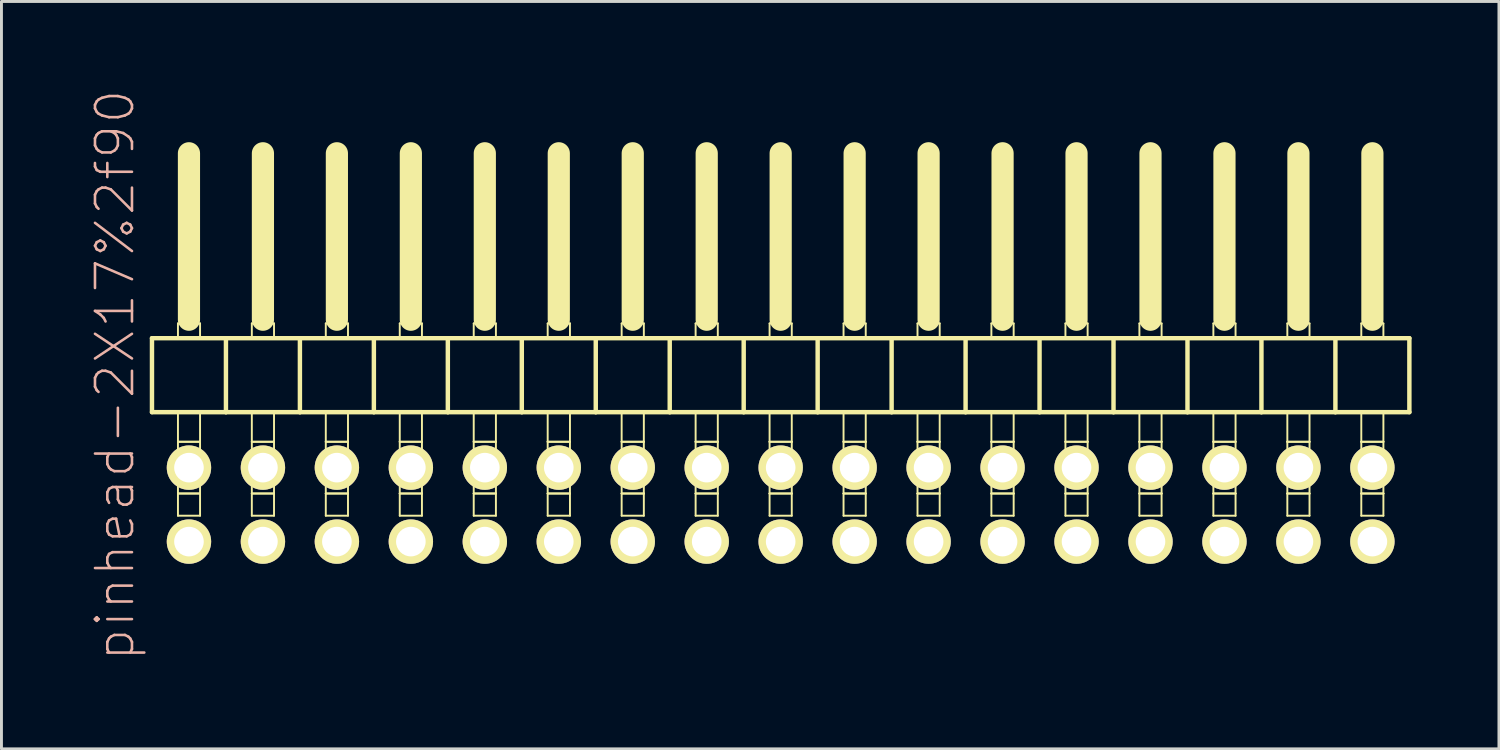
<source format=kicad_pcb>
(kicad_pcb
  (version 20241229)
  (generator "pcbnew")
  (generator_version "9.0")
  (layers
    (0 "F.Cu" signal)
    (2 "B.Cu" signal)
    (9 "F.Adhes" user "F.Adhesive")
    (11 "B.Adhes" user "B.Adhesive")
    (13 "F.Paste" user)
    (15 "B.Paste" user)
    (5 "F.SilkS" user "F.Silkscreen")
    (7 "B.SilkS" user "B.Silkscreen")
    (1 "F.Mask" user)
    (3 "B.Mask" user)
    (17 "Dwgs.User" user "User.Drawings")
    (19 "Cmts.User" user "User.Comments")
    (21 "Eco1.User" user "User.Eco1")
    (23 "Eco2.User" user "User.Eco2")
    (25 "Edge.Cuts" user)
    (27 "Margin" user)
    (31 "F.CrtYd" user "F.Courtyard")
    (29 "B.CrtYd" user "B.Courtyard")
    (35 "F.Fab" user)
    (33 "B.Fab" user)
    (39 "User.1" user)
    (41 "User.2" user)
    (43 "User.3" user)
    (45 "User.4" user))
  (footprint "pinhead-2X17%2f90"
    (layer "F.Cu")
    (at 23.759 9.199)
    (property "Reference" "pinhead-2X17%2f90" (at -22.86 0.635 90) (layer "B.SilkS") (effects (font (size 1.27 1.27) (thickness 0.089))))
    (attr exclude_from_pos_files exclude_from_bom)
    (fp_line (start -21.59 -0.635) (end -21.59 1.905) (stroke (width 0.152) (type solid)) (layer "F.SilkS"))
    (fp_line (start -21.59 1.905) (end -19.05 1.905) (stroke (width 0.152) (type solid)) (layer "F.SilkS"))
    (fp_line (start -20.698 -1.143) (end -19.939 -1.143) (stroke (width 0.066) (type solid)) (layer "F.SilkS"))
    (fp_line (start -20.698 -0.635) (end -20.698 -1.143) (stroke (width 0.066) (type solid)) (layer "F.SilkS"))
    (fp_line (start -20.698 -0.635) (end -19.939 -0.635) (stroke (width 0.066) (type solid)) (layer "F.SilkS"))
    (fp_line (start -20.698 1.905) (end -19.939 1.905) (stroke (width 0.066) (type solid)) (layer "F.SilkS"))
    (fp_line (start -20.698 2.921) (end -20.698 1.905) (stroke (width 0.066) (type solid)) (layer "F.SilkS"))
    (fp_line (start -20.698 2.921) (end -19.939 2.921) (stroke (width 0.066) (type solid)) (layer "F.SilkS"))
    (fp_line (start -20.698 2.921) (end -19.939 2.921) (stroke (width 0.066) (type solid)) (layer "F.SilkS"))
    (fp_line (start -20.698 4.699) (end -20.698 2.921) (stroke (width 0.066) (type solid)) (layer "F.SilkS"))
    (fp_line (start -20.698 4.699) (end -19.939 4.699) (stroke (width 0.066) (type solid)) (layer "F.SilkS"))
    (fp_line (start -20.698 4.699) (end -19.939 4.699) (stroke (width 0.066) (type solid)) (layer "F.SilkS"))
    (fp_line (start -20.698 5.461) (end -20.698 4.699) (stroke (width 0.066) (type solid)) (layer "F.SilkS"))
    (fp_line (start -20.698 5.461) (end -19.939 5.461) (stroke (width 0.066) (type solid)) (layer "F.SilkS"))
    (fp_line (start -20.32 -6.985) (end -20.32 -1.27) (stroke (width 0.762) (type solid)) (layer "F.SilkS"))
    (fp_line (start -19.939 -0.635) (end -19.939 -1.143) (stroke (width 0.066) (type solid)) (layer "F.SilkS"))
    (fp_line (start -19.939 2.921) (end -19.939 1.905) (stroke (width 0.066) (type solid)) (layer "F.SilkS"))
    (fp_line (start -19.939 4.699) (end -19.939 2.921) (stroke (width 0.066) (type solid)) (layer "F.SilkS"))
    (fp_line (start -19.939 5.461) (end -19.939 4.699) (stroke (width 0.066) (type solid)) (layer "F.SilkS"))
    (fp_line (start -19.05 -0.635) (end -21.59 -0.635) (stroke (width 0.152) (type solid)) (layer "F.SilkS"))
    (fp_line (start -19.05 1.905) (end -19.05 -0.635) (stroke (width 0.152) (type solid)) (layer "F.SilkS"))
    (fp_line (start -19.05 1.905) (end -16.51 1.905) (stroke (width 0.152) (type solid)) (layer "F.SilkS"))
    (fp_line (start -18.161 -1.143) (end -17.399 -1.143) (stroke (width 0.066) (type solid)) (layer "F.SilkS"))
    (fp_line (start -18.161 -0.635) (end -18.161 -1.143) (stroke (width 0.066) (type solid)) (layer "F.SilkS"))
    (fp_line (start -18.161 -0.635) (end -17.399 -0.635) (stroke (width 0.066) (type solid)) (layer "F.SilkS"))
    (fp_line (start -18.161 1.905) (end -17.399 1.905) (stroke (width 0.066) (type solid)) (layer "F.SilkS"))
    (fp_line (start -18.161 2.921) (end -18.161 1.905) (stroke (width 0.066) (type solid)) (layer "F.SilkS"))
    (fp_line (start -18.161 2.921) (end -17.399 2.921) (stroke (width 0.066) (type solid)) (layer "F.SilkS"))
    (fp_line (start -18.161 2.921) (end -17.399 2.921) (stroke (width 0.066) (type solid)) (layer "F.SilkS"))
    (fp_line (start -18.161 4.699) (end -18.161 2.921) (stroke (width 0.066) (type solid)) (layer "F.SilkS"))
    (fp_line (start -18.161 4.699) (end -17.399 4.699) (stroke (width 0.066) (type solid)) (layer "F.SilkS"))
    (fp_line (start -18.161 4.699) (end -17.399 4.699) (stroke (width 0.066) (type solid)) (layer "F.SilkS"))
    (fp_line (start -18.161 5.461) (end -18.161 4.699) (stroke (width 0.066) (type solid)) (layer "F.SilkS"))
    (fp_line (start -18.161 5.461) (end -17.399 5.461) (stroke (width 0.066) (type solid)) (layer "F.SilkS"))
    (fp_line (start -17.78 -6.985) (end -17.78 -1.27) (stroke (width 0.762) (type solid)) (layer "F.SilkS"))
    (fp_line (start -17.399 -0.635) (end -17.399 -1.143) (stroke (width 0.066) (type solid)) (layer "F.SilkS"))
    (fp_line (start -17.399 2.921) (end -17.399 1.905) (stroke (width 0.066) (type solid)) (layer "F.SilkS"))
    (fp_line (start -17.399 4.699) (end -17.399 2.921) (stroke (width 0.066) (type solid)) (layer "F.SilkS"))
    (fp_line (start -17.399 5.461) (end -17.399 4.699) (stroke (width 0.066) (type solid)) (layer "F.SilkS"))
    (fp_line (start -16.51 -0.635) (end -19.05 -0.635) (stroke (width 0.152) (type solid)) (layer "F.SilkS"))
    (fp_line (start -16.51 1.905) (end -16.51 -0.635) (stroke (width 0.152) (type solid)) (layer "F.SilkS"))
    (fp_line (start -16.51 1.905) (end -13.97 1.905) (stroke (width 0.152) (type solid)) (layer "F.SilkS"))
    (fp_line (start -15.621 -1.143) (end -14.859 -1.143) (stroke (width 0.066) (type solid)) (layer "F.SilkS"))
    (fp_line (start -15.621 -0.635) (end -15.621 -1.143) (stroke (width 0.066) (type solid)) (layer "F.SilkS"))
    (fp_line (start -15.621 -0.635) (end -14.859 -0.635) (stroke (width 0.066) (type solid)) (layer "F.SilkS"))
    (fp_line (start -15.621 1.905) (end -14.859 1.905) (stroke (width 0.066) (type solid)) (layer "F.SilkS"))
    (fp_line (start -15.621 2.921) (end -15.621 1.905) (stroke (width 0.066) (type solid)) (layer "F.SilkS"))
    (fp_line (start -15.621 2.921) (end -14.859 2.921) (stroke (width 0.066) (type solid)) (layer "F.SilkS"))
    (fp_line (start -15.621 2.921) (end -14.859 2.921) (stroke (width 0.066) (type solid)) (layer "F.SilkS"))
    (fp_line (start -15.621 4.699) (end -15.621 2.921) (stroke (width 0.066) (type solid)) (layer "F.SilkS"))
    (fp_line (start -15.621 4.699) (end -14.859 4.699) (stroke (width 0.066) (type solid)) (layer "F.SilkS"))
    (fp_line (start -15.621 4.699) (end -14.859 4.699) (stroke (width 0.066) (type solid)) (layer "F.SilkS"))
    (fp_line (start -15.621 5.461) (end -15.621 4.699) (stroke (width 0.066) (type solid)) (layer "F.SilkS"))
    (fp_line (start -15.621 5.461) (end -14.859 5.461) (stroke (width 0.066) (type solid)) (layer "F.SilkS"))
    (fp_line (start -15.24 -6.985) (end -15.24 -1.27) (stroke (width 0.762) (type solid)) (layer "F.SilkS"))
    (fp_line (start -14.859 -0.635) (end -14.859 -1.143) (stroke (width 0.066) (type solid)) (layer "F.SilkS"))
    (fp_line (start -14.859 2.921) (end -14.859 1.905) (stroke (width 0.066) (type solid)) (layer "F.SilkS"))
    (fp_line (start -14.859 4.699) (end -14.859 2.921) (stroke (width 0.066) (type solid)) (layer "F.SilkS"))
    (fp_line (start -14.859 5.461) (end -14.859 4.699) (stroke (width 0.066) (type solid)) (layer "F.SilkS"))
    (fp_line (start -13.97 -0.635) (end -16.51 -0.635) (stroke (width 0.152) (type solid)) (layer "F.SilkS"))
    (fp_line (start -13.97 1.905) (end -13.97 -0.635) (stroke (width 0.152) (type solid)) (layer "F.SilkS"))
    (fp_line (start -13.97 1.905) (end -11.43 1.905) (stroke (width 0.152) (type solid)) (layer "F.SilkS"))
    (fp_line (start -13.081 -1.143) (end -12.319 -1.143) (stroke (width 0.066) (type solid)) (layer "F.SilkS"))
    (fp_line (start -13.081 -0.635) (end -13.081 -1.143) (stroke (width 0.066) (type solid)) (layer "F.SilkS"))
    (fp_line (start -13.081 -0.635) (end -12.319 -0.635) (stroke (width 0.066) (type solid)) (layer "F.SilkS"))
    (fp_line (start -13.081 1.905) (end -12.319 1.905) (stroke (width 0.066) (type solid)) (layer "F.SilkS"))
    (fp_line (start -13.081 2.921) (end -13.081 1.905) (stroke (width 0.066) (type solid)) (layer "F.SilkS"))
    (fp_line (start -13.081 2.921) (end -12.319 2.921) (stroke (width 0.066) (type solid)) (layer "F.SilkS"))
    (fp_line (start -13.081 2.921) (end -12.319 2.921) (stroke (width 0.066) (type solid)) (layer "F.SilkS"))
    (fp_line (start -13.081 4.699) (end -13.081 2.921) (stroke (width 0.066) (type solid)) (layer "F.SilkS"))
    (fp_line (start -13.081 4.699) (end -12.319 4.699) (stroke (width 0.066) (type solid)) (layer "F.SilkS"))
    (fp_line (start -13.081 4.699) (end -12.319 4.699) (stroke (width 0.066) (type solid)) (layer "F.SilkS"))
    (fp_line (start -13.081 5.461) (end -13.081 4.699) (stroke (width 0.066) (type solid)) (layer "F.SilkS"))
    (fp_line (start -13.081 5.461) (end -12.319 5.461) (stroke (width 0.066) (type solid)) (layer "F.SilkS"))
    (fp_line (start -12.7 -6.985) (end -12.7 -1.27) (stroke (width 0.762) (type solid)) (layer "F.SilkS"))
    (fp_line (start -12.319 -0.635) (end -12.319 -1.143) (stroke (width 0.066) (type solid)) (layer "F.SilkS"))
    (fp_line (start -12.319 2.921) (end -12.319 1.905) (stroke (width 0.066) (type solid)) (layer "F.SilkS"))
    (fp_line (start -12.319 4.699) (end -12.319 2.921) (stroke (width 0.066) (type solid)) (layer "F.SilkS"))
    (fp_line (start -12.319 5.461) (end -12.319 4.699) (stroke (width 0.066) (type solid)) (layer "F.SilkS"))
    (fp_line (start -11.43 -0.635) (end -13.97 -0.635) (stroke (width 0.152) (type solid)) (layer "F.SilkS"))
    (fp_line (start -11.43 1.905) (end -11.43 -0.635) (stroke (width 0.152) (type solid)) (layer "F.SilkS"))
    (fp_line (start -11.43 1.905) (end -8.89 1.905) (stroke (width 0.152) (type solid)) (layer "F.SilkS"))
    (fp_line (start -10.541 -1.143) (end -9.779 -1.143) (stroke (width 0.066) (type solid)) (layer "F.SilkS"))
    (fp_line (start -10.541 -0.635) (end -10.541 -1.143) (stroke (width 0.066) (type solid)) (layer "F.SilkS"))
    (fp_line (start -10.541 -0.635) (end -9.779 -0.635) (stroke (width 0.066) (type solid)) (layer "F.SilkS"))
    (fp_line (start -10.541 1.905) (end -9.779 1.905) (stroke (width 0.066) (type solid)) (layer "F.SilkS"))
    (fp_line (start -10.541 2.921) (end -10.541 1.905) (stroke (width 0.066) (type solid)) (layer "F.SilkS"))
    (fp_line (start -10.541 2.921) (end -9.779 2.921) (stroke (width 0.066) (type solid)) (layer "F.SilkS"))
    (fp_line (start -10.541 2.921) (end -9.779 2.921) (stroke (width 0.066) (type solid)) (layer "F.SilkS"))
    (fp_line (start -10.541 4.699) (end -10.541 2.921) (stroke (width 0.066) (type solid)) (layer "F.SilkS"))
    (fp_line (start -10.541 4.699) (end -9.779 4.699) (stroke (width 0.066) (type solid)) (layer "F.SilkS"))
    (fp_line (start -10.541 4.699) (end -9.779 4.699) (stroke (width 0.066) (type solid)) (layer "F.SilkS"))
    (fp_line (start -10.541 5.461) (end -10.541 4.699) (stroke (width 0.066) (type solid)) (layer "F.SilkS"))
    (fp_line (start -10.541 5.461) (end -9.779 5.461) (stroke (width 0.066) (type solid)) (layer "F.SilkS"))
    (fp_line (start -10.16 -6.985) (end -10.16 -1.27) (stroke (width 0.762) (type solid)) (layer "F.SilkS"))
    (fp_line (start -9.779 -0.635) (end -9.779 -1.143) (stroke (width 0.066) (type solid)) (layer "F.SilkS"))
    (fp_line (start -9.779 2.921) (end -9.779 1.905) (stroke (width 0.066) (type solid)) (layer "F.SilkS"))
    (fp_line (start -9.779 4.699) (end -9.779 2.921) (stroke (width 0.066) (type solid)) (layer "F.SilkS"))
    (fp_line (start -9.779 5.461) (end -9.779 4.699) (stroke (width 0.066) (type solid)) (layer "F.SilkS"))
    (fp_line (start -8.89 -0.635) (end -11.43 -0.635) (stroke (width 0.152) (type solid)) (layer "F.SilkS"))
    (fp_line (start -8.89 1.905) (end -8.89 -0.635) (stroke (width 0.152) (type solid)) (layer "F.SilkS"))
    (fp_line (start -8.89 1.905) (end -6.35 1.905) (stroke (width 0.152) (type solid)) (layer "F.SilkS"))
    (fp_line (start -8.001 -1.143) (end -7.236 -1.143) (stroke (width 0.066) (type solid)) (layer "F.SilkS"))
    (fp_line (start -8.001 -0.635) (end -8.001 -1.143) (stroke (width 0.066) (type solid)) (layer "F.SilkS"))
    (fp_line (start -8.001 -0.635) (end -7.236 -0.635) (stroke (width 0.066) (type solid)) (layer "F.SilkS"))
    (fp_line (start -8.001 1.905) (end -7.236 1.905) (stroke (width 0.066) (type solid)) (layer "F.SilkS"))
    (fp_line (start -8.001 2.921) (end -8.001 1.905) (stroke (width 0.066) (type solid)) (layer "F.SilkS"))
    (fp_line (start -8.001 2.921) (end -7.236 2.921) (stroke (width 0.066) (type solid)) (layer "F.SilkS"))
    (fp_line (start -8.001 2.921) (end -7.236 2.921) (stroke (width 0.066) (type solid)) (layer "F.SilkS"))
    (fp_line (start -8.001 4.699) (end -8.001 2.921) (stroke (width 0.066) (type solid)) (layer "F.SilkS"))
    (fp_line (start -8.001 4.699) (end -7.236 4.699) (stroke (width 0.066) (type solid)) (layer "F.SilkS"))
    (fp_line (start -8.001 4.699) (end -7.236 4.699) (stroke (width 0.066) (type solid)) (layer "F.SilkS"))
    (fp_line (start -8.001 5.461) (end -8.001 4.699) (stroke (width 0.066) (type solid)) (layer "F.SilkS"))
    (fp_line (start -8.001 5.461) (end -7.236 5.461) (stroke (width 0.066) (type solid)) (layer "F.SilkS"))
    (fp_line (start -7.62 -6.985) (end -7.62 -1.27) (stroke (width 0.762) (type solid)) (layer "F.SilkS"))
    (fp_line (start -7.236 -0.635) (end -7.236 -1.143) (stroke (width 0.066) (type solid)) (layer "F.SilkS"))
    (fp_line (start -7.236 2.921) (end -7.236 1.905) (stroke (width 0.066) (type solid)) (layer "F.SilkS"))
    (fp_line (start -7.236 4.699) (end -7.236 2.921) (stroke (width 0.066) (type solid)) (layer "F.SilkS"))
    (fp_line (start -7.236 5.461) (end -7.236 4.699) (stroke (width 0.066) (type solid)) (layer "F.SilkS"))
    (fp_line (start -6.35 -0.635) (end -8.89 -0.635) (stroke (width 0.152) (type solid)) (layer "F.SilkS"))
    (fp_line (start -6.35 1.905) (end -6.35 -0.635) (stroke (width 0.152) (type solid)) (layer "F.SilkS"))
    (fp_line (start -6.35 1.905) (end -3.81 1.905) (stroke (width 0.152) (type solid)) (layer "F.SilkS"))
    (fp_line (start -5.461 -1.143) (end -4.699 -1.143) (stroke (width 0.066) (type solid)) (layer "F.SilkS"))
    (fp_line (start -5.461 -0.635) (end -5.461 -1.143) (stroke (width 0.066) (type solid)) (layer "F.SilkS"))
    (fp_line (start -5.461 -0.635) (end -4.699 -0.635) (stroke (width 0.066) (type solid)) (layer "F.SilkS"))
    (fp_line (start -5.461 1.905) (end -4.699 1.905) (stroke (width 0.066) (type solid)) (layer "F.SilkS"))
    (fp_line (start -5.461 2.921) (end -5.461 1.905) (stroke (width 0.066) (type solid)) (layer "F.SilkS"))
    (fp_line (start -5.461 2.921) (end -4.699 2.921) (stroke (width 0.066) (type solid)) (layer "F.SilkS"))
    (fp_line (start -5.461 2.921) (end -4.699 2.921) (stroke (width 0.066) (type solid)) (layer "F.SilkS"))
    (fp_line (start -5.461 4.699) (end -5.461 2.921) (stroke (width 0.066) (type solid)) (layer "F.SilkS"))
    (fp_line (start -5.461 4.699) (end -4.699 4.699) (stroke (width 0.066) (type solid)) (layer "F.SilkS"))
    (fp_line (start -5.461 4.699) (end -4.699 4.699) (stroke (width 0.066) (type solid)) (layer "F.SilkS"))
    (fp_line (start -5.461 5.461) (end -5.461 4.699) (stroke (width 0.066) (type solid)) (layer "F.SilkS"))
    (fp_line (start -5.461 5.461) (end -4.699 5.461) (stroke (width 0.066) (type solid)) (layer "F.SilkS"))
    (fp_line (start -5.08 -6.985) (end -5.08 -1.27) (stroke (width 0.762) (type solid)) (layer "F.SilkS"))
    (fp_line (start -4.699 -0.635) (end -4.699 -1.143) (stroke (width 0.066) (type solid)) (layer "F.SilkS"))
    (fp_line (start -4.699 2.921) (end -4.699 1.905) (stroke (width 0.066) (type solid)) (layer "F.SilkS"))
    (fp_line (start -4.699 4.699) (end -4.699 2.921) (stroke (width 0.066) (type solid)) (layer "F.SilkS"))
    (fp_line (start -4.699 5.461) (end -4.699 4.699) (stroke (width 0.066) (type solid)) (layer "F.SilkS"))
    (fp_line (start -3.81 -0.635) (end -6.35 -0.635) (stroke (width 0.152) (type solid)) (layer "F.SilkS"))
    (fp_line (start -3.81 1.905) (end -3.81 -0.635) (stroke (width 0.152) (type solid)) (layer "F.SilkS"))
    (fp_line (start -3.81 1.905) (end -1.27 1.905) (stroke (width 0.152) (type solid)) (layer "F.SilkS"))
    (fp_line (start -2.921 -1.143) (end -2.159 -1.143) (stroke (width 0.066) (type solid)) (layer "F.SilkS"))
    (fp_line (start -2.921 -0.635) (end -2.921 -1.143) (stroke (width 0.066) (type solid)) (layer "F.SilkS"))
    (fp_line (start -2.921 -0.635) (end -2.159 -0.635) (stroke (width 0.066) (type solid)) (layer "F.SilkS"))
    (fp_line (start -2.921 1.905) (end -2.159 1.905) (stroke (width 0.066) (type solid)) (layer "F.SilkS"))
    (fp_line (start -2.921 2.921) (end -2.921 1.905) (stroke (width 0.066) (type solid)) (layer "F.SilkS"))
    (fp_line (start -2.921 2.921) (end -2.159 2.921) (stroke (width 0.066) (type solid)) (layer "F.SilkS"))
    (fp_line (start -2.921 2.921) (end -2.159 2.921) (stroke (width 0.066) (type solid)) (layer "F.SilkS"))
    (fp_line (start -2.921 4.699) (end -2.921 2.921) (stroke (width 0.066) (type solid)) (layer "F.SilkS"))
    (fp_line (start -2.921 4.699) (end -2.159 4.699) (stroke (width 0.066) (type solid)) (layer "F.SilkS"))
    (fp_line (start -2.921 4.699) (end -2.159 4.699) (stroke (width 0.066) (type solid)) (layer "F.SilkS"))
    (fp_line (start -2.921 5.461) (end -2.921 4.699) (stroke (width 0.066) (type solid)) (layer "F.SilkS"))
    (fp_line (start -2.921 5.461) (end -2.159 5.461) (stroke (width 0.066) (type solid)) (layer "F.SilkS"))
    (fp_line (start -2.54 -6.985) (end -2.54 -1.27) (stroke (width 0.762) (type solid)) (layer "F.SilkS"))
    (fp_line (start -2.159 -0.635) (end -2.159 -1.143) (stroke (width 0.066) (type solid)) (layer "F.SilkS"))
    (fp_line (start -2.159 2.921) (end -2.159 1.905) (stroke (width 0.066) (type solid)) (layer "F.SilkS"))
    (fp_line (start -2.159 4.699) (end -2.159 2.921) (stroke (width 0.066) (type solid)) (layer "F.SilkS"))
    (fp_line (start -2.159 5.461) (end -2.159 4.699) (stroke (width 0.066) (type solid)) (layer "F.SilkS"))
    (fp_line (start -1.27 -0.635) (end -3.81 -0.635) (stroke (width 0.152) (type solid)) (layer "F.SilkS"))
    (fp_line (start -1.27 1.905) (end -1.27 -0.635) (stroke (width 0.152) (type solid)) (layer "F.SilkS"))
    (fp_line (start -1.27 1.905) (end 1.27 1.905) (stroke (width 0.152) (type solid)) (layer "F.SilkS"))
    (fp_line (start -0.381 -1.143) (end 0.381 -1.143) (stroke (width 0.066) (type solid)) (layer "F.SilkS"))
    (fp_line (start -0.381 -0.635) (end -0.381 -1.143) (stroke (width 0.066) (type solid)) (layer "F.SilkS"))
    (fp_line (start -0.381 -0.635) (end 0.381 -0.635) (stroke (width 0.066) (type solid)) (layer "F.SilkS"))
    (fp_line (start -0.381 1.905) (end 0.381 1.905) (stroke (width 0.066) (type solid)) (layer "F.SilkS"))
    (fp_line (start -0.381 2.921) (end -0.381 1.905) (stroke (width 0.066) (type solid)) (layer "F.SilkS"))
    (fp_line (start -0.381 2.921) (end 0.381 2.921) (stroke (width 0.066) (type solid)) (layer "F.SilkS"))
    (fp_line (start -0.381 2.921) (end 0.381 2.921) (stroke (width 0.066) (type solid)) (layer "F.SilkS"))
    (fp_line (start -0.381 4.699) (end -0.381 2.921) (stroke (width 0.066) (type solid)) (layer "F.SilkS"))
    (fp_line (start -0.381 4.699) (end 0.381 4.699) (stroke (width 0.066) (type solid)) (layer "F.SilkS"))
    (fp_line (start -0.381 4.699) (end 0.381 4.699) (stroke (width 0.066) (type solid)) (layer "F.SilkS"))
    (fp_line (start -0.381 5.461) (end -0.381 4.699) (stroke (width 0.066) (type solid)) (layer "F.SilkS"))
    (fp_line (start -0.381 5.461) (end 0.381 5.461) (stroke (width 0.066) (type solid)) (layer "F.SilkS"))
    (fp_line (start 0 -6.985) (end 0 -1.27) (stroke (width 0.762) (type solid)) (layer "F.SilkS"))
    (fp_line (start 0.381 -0.635) (end 0.381 -1.143) (stroke (width 0.066) (type solid)) (layer "F.SilkS"))
    (fp_line (start 0.381 2.921) (end 0.381 1.905) (stroke (width 0.066) (type solid)) (layer "F.SilkS"))
    (fp_line (start 0.381 4.699) (end 0.381 2.921) (stroke (width 0.066) (type solid)) (layer "F.SilkS"))
    (fp_line (start 0.381 5.461) (end 0.381 4.699) (stroke (width 0.066) (type solid)) (layer "F.SilkS"))
    (fp_line (start 1.27 -0.635) (end -1.27 -0.635) (stroke (width 0.152) (type solid)) (layer "F.SilkS"))
    (fp_line (start 1.27 1.905) (end 1.27 -0.635) (stroke (width 0.152) (type solid)) (layer "F.SilkS"))
    (fp_line (start 1.27 1.905) (end 3.81 1.905) (stroke (width 0.152) (type solid)) (layer "F.SilkS"))
    (fp_line (start 2.159 -1.143) (end 2.921 -1.143) (stroke (width 0.066) (type solid)) (layer "F.SilkS"))
    (fp_line (start 2.159 -0.635) (end 2.159 -1.143) (stroke (width 0.066) (type solid)) (layer "F.SilkS"))
    (fp_line (start 2.159 -0.635) (end 2.921 -0.635) (stroke (width 0.066) (type solid)) (layer "F.SilkS"))
    (fp_line (start 2.159 1.905) (end 2.921 1.905) (stroke (width 0.066) (type solid)) (layer "F.SilkS"))
    (fp_line (start 2.159 2.921) (end 2.159 1.905) (stroke (width 0.066) (type solid)) (layer "F.SilkS"))
    (fp_line (start 2.159 2.921) (end 2.921 2.921) (stroke (width 0.066) (type solid)) (layer "F.SilkS"))
    (fp_line (start 2.159 2.921) (end 2.921 2.921) (stroke (width 0.066) (type solid)) (layer "F.SilkS"))
    (fp_line (start 2.159 4.699) (end 2.159 2.921) (stroke (width 0.066) (type solid)) (layer "F.SilkS"))
    (fp_line (start 2.159 4.699) (end 2.921 4.699) (stroke (width 0.066) (type solid)) (layer "F.SilkS"))
    (fp_line (start 2.159 4.699) (end 2.921 4.699) (stroke (width 0.066) (type solid)) (layer "F.SilkS"))
    (fp_line (start 2.159 5.461) (end 2.159 4.699) (stroke (width 0.066) (type solid)) (layer "F.SilkS"))
    (fp_line (start 2.159 5.461) (end 2.921 5.461) (stroke (width 0.066) (type solid)) (layer "F.SilkS"))
    (fp_line (start 2.54 -6.985) (end 2.54 -1.27) (stroke (width 0.762) (type solid)) (layer "F.SilkS"))
    (fp_line (start 2.921 -0.635) (end 2.921 -1.143) (stroke (width 0.066) (type solid)) (layer "F.SilkS"))
    (fp_line (start 2.921 2.921) (end 2.921 1.905) (stroke (width 0.066) (type solid)) (layer "F.SilkS"))
    (fp_line (start 2.921 4.699) (end 2.921 2.921) (stroke (width 0.066) (type solid)) (layer "F.SilkS"))
    (fp_line (start 2.921 5.461) (end 2.921 4.699) (stroke (width 0.066) (type solid)) (layer "F.SilkS"))
    (fp_line (start 3.81 -0.635) (end 1.27 -0.635) (stroke (width 0.152) (type solid)) (layer "F.SilkS"))
    (fp_line (start 3.81 1.905) (end 3.81 -0.635) (stroke (width 0.152) (type solid)) (layer "F.SilkS"))
    (fp_line (start 3.81 1.905) (end 6.35 1.905) (stroke (width 0.152) (type solid)) (layer "F.SilkS"))
    (fp_line (start 4.699 -1.143) (end 5.461 -1.143) (stroke (width 0.066) (type solid)) (layer "F.SilkS"))
    (fp_line (start 4.699 -0.635) (end 4.699 -1.143) (stroke (width 0.066) (type solid)) (layer "F.SilkS"))
    (fp_line (start 4.699 -0.635) (end 5.461 -0.635) (stroke (width 0.066) (type solid)) (layer "F.SilkS"))
    (fp_line (start 4.699 1.905) (end 5.461 1.905) (stroke (width 0.066) (type solid)) (layer "F.SilkS"))
    (fp_line (start 4.699 2.921) (end 4.699 1.905) (stroke (width 0.066) (type solid)) (layer "F.SilkS"))
    (fp_line (start 4.699 2.921) (end 5.461 2.921) (stroke (width 0.066) (type solid)) (layer "F.SilkS"))
    (fp_line (start 4.699 2.921) (end 5.461 2.921) (stroke (width 0.066) (type solid)) (layer "F.SilkS"))
    (fp_line (start 4.699 4.699) (end 4.699 2.921) (stroke (width 0.066) (type solid)) (layer "F.SilkS"))
    (fp_line (start 4.699 4.699) (end 5.461 4.699) (stroke (width 0.066) (type solid)) (layer "F.SilkS"))
    (fp_line (start 4.699 4.699) (end 5.461 4.699) (stroke (width 0.066) (type solid)) (layer "F.SilkS"))
    (fp_line (start 4.699 5.461) (end 4.699 4.699) (stroke (width 0.066) (type solid)) (layer "F.SilkS"))
    (fp_line (start 4.699 5.461) (end 5.461 5.461) (stroke (width 0.066) (type solid)) (layer "F.SilkS"))
    (fp_line (start 5.08 -6.985) (end 5.08 -1.27) (stroke (width 0.762) (type solid)) (layer "F.SilkS"))
    (fp_line (start 5.461 -0.635) (end 5.461 -1.143) (stroke (width 0.066) (type solid)) (layer "F.SilkS"))
    (fp_line (start 5.461 2.921) (end 5.461 1.905) (stroke (width 0.066) (type solid)) (layer "F.SilkS"))
    (fp_line (start 5.461 4.699) (end 5.461 2.921) (stroke (width 0.066) (type solid)) (layer "F.SilkS"))
    (fp_line (start 5.461 5.461) (end 5.461 4.699) (stroke (width 0.066) (type solid)) (layer "F.SilkS"))
    (fp_line (start 6.35 -0.635) (end 3.81 -0.635) (stroke (width 0.152) (type solid)) (layer "F.SilkS"))
    (fp_line (start 6.35 1.905) (end 6.35 -0.635) (stroke (width 0.152) (type solid)) (layer "F.SilkS"))
    (fp_line (start 6.35 1.905) (end 8.89 1.905) (stroke (width 0.152) (type solid)) (layer "F.SilkS"))
    (fp_line (start 7.236 -1.143) (end 8.001 -1.143) (stroke (width 0.066) (type solid)) (layer "F.SilkS"))
    (fp_line (start 7.236 -0.635) (end 7.236 -1.143) (stroke (width 0.066) (type solid)) (layer "F.SilkS"))
    (fp_line (start 7.236 -0.635) (end 8.001 -0.635) (stroke (width 0.066) (type solid)) (layer "F.SilkS"))
    (fp_line (start 7.236 1.905) (end 8.001 1.905) (stroke (width 0.066) (type solid)) (layer "F.SilkS"))
    (fp_line (start 7.236 2.921) (end 7.236 1.905) (stroke (width 0.066) (type solid)) (layer "F.SilkS"))
    (fp_line (start 7.236 2.921) (end 8.001 2.921) (stroke (width 0.066) (type solid)) (layer "F.SilkS"))
    (fp_line (start 7.236 2.921) (end 8.001 2.921) (stroke (width 0.066) (type solid)) (layer "F.SilkS"))
    (fp_line (start 7.236 4.699) (end 7.236 2.921) (stroke (width 0.066) (type solid)) (layer "F.SilkS"))
    (fp_line (start 7.236 4.699) (end 8.001 4.699) (stroke (width 0.066) (type solid)) (layer "F.SilkS"))
    (fp_line (start 7.236 4.699) (end 8.001 4.699) (stroke (width 0.066) (type solid)) (layer "F.SilkS"))
    (fp_line (start 7.236 5.461) (end 7.236 4.699) (stroke (width 0.066) (type solid)) (layer "F.SilkS"))
    (fp_line (start 7.236 5.461) (end 8.001 5.461) (stroke (width 0.066) (type solid)) (layer "F.SilkS"))
    (fp_line (start 7.62 -6.985) (end 7.62 -1.27) (stroke (width 0.762) (type solid)) (layer "F.SilkS"))
    (fp_line (start 8.001 -0.635) (end 8.001 -1.143) (stroke (width 0.066) (type solid)) (layer "F.SilkS"))
    (fp_line (start 8.001 2.921) (end 8.001 1.905) (stroke (width 0.066) (type solid)) (layer "F.SilkS"))
    (fp_line (start 8.001 4.699) (end 8.001 2.921) (stroke (width 0.066) (type solid)) (layer "F.SilkS"))
    (fp_line (start 8.001 5.461) (end 8.001 4.699) (stroke (width 0.066) (type solid)) (layer "F.SilkS"))
    (fp_line (start 8.89 -0.635) (end 6.35 -0.635) (stroke (width 0.152) (type solid)) (layer "F.SilkS"))
    (fp_line (start 8.89 1.905) (end 8.89 -0.635) (stroke (width 0.152) (type solid)) (layer "F.SilkS"))
    (fp_line (start 8.89 1.905) (end 11.43 1.905) (stroke (width 0.152) (type solid)) (layer "F.SilkS"))
    (fp_line (start 9.779 -1.143) (end 10.541 -1.143) (stroke (width 0.066) (type solid)) (layer "F.SilkS"))
    (fp_line (start 9.779 -0.635) (end 9.779 -1.143) (stroke (width 0.066) (type solid)) (layer "F.SilkS"))
    (fp_line (start 9.779 -0.635) (end 10.541 -0.635) (stroke (width 0.066) (type solid)) (layer "F.SilkS"))
    (fp_line (start 9.779 1.905) (end 10.541 1.905) (stroke (width 0.066) (type solid)) (layer "F.SilkS"))
    (fp_line (start 9.779 2.921) (end 9.779 1.905) (stroke (width 0.066) (type solid)) (layer "F.SilkS"))
    (fp_line (start 9.779 2.921) (end 10.541 2.921) (stroke (width 0.066) (type solid)) (layer "F.SilkS"))
    (fp_line (start 9.779 2.921) (end 10.541 2.921) (stroke (width 0.066) (type solid)) (layer "F.SilkS"))
    (fp_line (start 9.779 4.699) (end 9.779 2.921) (stroke (width 0.066) (type solid)) (layer "F.SilkS"))
    (fp_line (start 9.779 4.699) (end 10.541 4.699) (stroke (width 0.066) (type solid)) (layer "F.SilkS"))
    (fp_line (start 9.779 4.699) (end 10.541 4.699) (stroke (width 0.066) (type solid)) (layer "F.SilkS"))
    (fp_line (start 9.779 5.461) (end 9.779 4.699) (stroke (width 0.066) (type solid)) (layer "F.SilkS"))
    (fp_line (start 9.779 5.461) (end 10.541 5.461) (stroke (width 0.066) (type solid)) (layer "F.SilkS"))
    (fp_line (start 10.16 -6.985) (end 10.16 -1.27) (stroke (width 0.762) (type solid)) (layer "F.SilkS"))
    (fp_line (start 10.541 -0.635) (end 10.541 -1.143) (stroke (width 0.066) (type solid)) (layer "F.SilkS"))
    (fp_line (start 10.541 2.921) (end 10.541 1.905) (stroke (width 0.066) (type solid)) (layer "F.SilkS"))
    (fp_line (start 10.541 4.699) (end 10.541 2.921) (stroke (width 0.066) (type solid)) (layer "F.SilkS"))
    (fp_line (start 10.541 5.461) (end 10.541 4.699) (stroke (width 0.066) (type solid)) (layer "F.SilkS"))
    (fp_line (start 11.43 -0.635) (end 8.89 -0.635) (stroke (width 0.152) (type solid)) (layer "F.SilkS"))
    (fp_line (start 11.43 1.905) (end 11.43 -0.635) (stroke (width 0.152) (type solid)) (layer "F.SilkS"))
    (fp_line (start 11.43 1.905) (end 13.97 1.905) (stroke (width 0.152) (type solid)) (layer "F.SilkS"))
    (fp_line (start 12.319 -1.143) (end 13.081 -1.143) (stroke (width 0.066) (type solid)) (layer "F.SilkS"))
    (fp_line (start 12.319 -0.635) (end 12.319 -1.143) (stroke (width 0.066) (type solid)) (layer "F.SilkS"))
    (fp_line (start 12.319 -0.635) (end 13.081 -0.635) (stroke (width 0.066) (type solid)) (layer "F.SilkS"))
    (fp_line (start 12.319 1.905) (end 13.081 1.905) (stroke (width 0.066) (type solid)) (layer "F.SilkS"))
    (fp_line (start 12.319 2.921) (end 12.319 1.905) (stroke (width 0.066) (type solid)) (layer "F.SilkS"))
    (fp_line (start 12.319 2.921) (end 13.081 2.921) (stroke (width 0.066) (type solid)) (layer "F.SilkS"))
    (fp_line (start 12.319 2.921) (end 13.081 2.921) (stroke (width 0.066) (type solid)) (layer "F.SilkS"))
    (fp_line (start 12.319 4.699) (end 12.319 2.921) (stroke (width 0.066) (type solid)) (layer "F.SilkS"))
    (fp_line (start 12.319 4.699) (end 13.081 4.699) (stroke (width 0.066) (type solid)) (layer "F.SilkS"))
    (fp_line (start 12.319 4.699) (end 13.081 4.699) (stroke (width 0.066) (type solid)) (layer "F.SilkS"))
    (fp_line (start 12.319 5.461) (end 12.319 4.699) (stroke (width 0.066) (type solid)) (layer "F.SilkS"))
    (fp_line (start 12.319 5.461) (end 13.081 5.461) (stroke (width 0.066) (type solid)) (layer "F.SilkS"))
    (fp_line (start 12.7 -6.985) (end 12.7 -1.27) (stroke (width 0.762) (type solid)) (layer "F.SilkS"))
    (fp_line (start 13.081 -0.635) (end 13.081 -1.143) (stroke (width 0.066) (type solid)) (layer "F.SilkS"))
    (fp_line (start 13.081 2.921) (end 13.081 1.905) (stroke (width 0.066) (type solid)) (layer "F.SilkS"))
    (fp_line (start 13.081 4.699) (end 13.081 2.921) (stroke (width 0.066) (type solid)) (layer "F.SilkS"))
    (fp_line (start 13.081 5.461) (end 13.081 4.699) (stroke (width 0.066) (type solid)) (layer "F.SilkS"))
    (fp_line (start 13.97 -0.635) (end 11.43 -0.635) (stroke (width 0.152) (type solid)) (layer "F.SilkS"))
    (fp_line (start 13.97 1.905) (end 13.97 -0.635) (stroke (width 0.152) (type solid)) (layer "F.SilkS"))
    (fp_line (start 13.97 1.905) (end 16.51 1.905) (stroke (width 0.152) (type solid)) (layer "F.SilkS"))
    (fp_line (start 14.859 -1.143) (end 15.621 -1.143) (stroke (width 0.066) (type solid)) (layer "F.SilkS"))
    (fp_line (start 14.859 -0.635) (end 14.859 -1.143) (stroke (width 0.066) (type solid)) (layer "F.SilkS"))
    (fp_line (start 14.859 -0.635) (end 15.621 -0.635) (stroke (width 0.066) (type solid)) (layer "F.SilkS"))
    (fp_line (start 14.859 1.905) (end 15.621 1.905) (stroke (width 0.066) (type solid)) (layer "F.SilkS"))
    (fp_line (start 14.859 2.921) (end 14.859 1.905) (stroke (width 0.066) (type solid)) (layer "F.SilkS"))
    (fp_line (start 14.859 2.921) (end 15.621 2.921) (stroke (width 0.066) (type solid)) (layer "F.SilkS"))
    (fp_line (start 14.859 2.921) (end 15.621 2.921) (stroke (width 0.066) (type solid)) (layer "F.SilkS"))
    (fp_line (start 14.859 4.699) (end 14.859 2.921) (stroke (width 0.066) (type solid)) (layer "F.SilkS"))
    (fp_line (start 14.859 4.699) (end 15.621 4.699) (stroke (width 0.066) (type solid)) (layer "F.SilkS"))
    (fp_line (start 14.859 4.699) (end 15.621 4.699) (stroke (width 0.066) (type solid)) (layer "F.SilkS"))
    (fp_line (start 14.859 5.461) (end 14.859 4.699) (stroke (width 0.066) (type solid)) (layer "F.SilkS"))
    (fp_line (start 14.859 5.461) (end 15.621 5.461) (stroke (width 0.066) (type solid)) (layer "F.SilkS"))
    (fp_line (start 15.24 -6.985) (end 15.24 -1.27) (stroke (width 0.762) (type solid)) (layer "F.SilkS"))
    (fp_line (start 15.621 -0.635) (end 15.621 -1.143) (stroke (width 0.066) (type solid)) (layer "F.SilkS"))
    (fp_line (start 15.621 2.921) (end 15.621 1.905) (stroke (width 0.066) (type solid)) (layer "F.SilkS"))
    (fp_line (start 15.621 4.699) (end 15.621 2.921) (stroke (width 0.066) (type solid)) (layer "F.SilkS"))
    (fp_line (start 15.621 5.461) (end 15.621 4.699) (stroke (width 0.066) (type solid)) (layer "F.SilkS"))
    (fp_line (start 16.51 -0.635) (end 13.97 -0.635) (stroke (width 0.152) (type solid)) (layer "F.SilkS"))
    (fp_line (start 16.51 1.905) (end 16.51 -0.635) (stroke (width 0.152) (type solid)) (layer "F.SilkS"))
    (fp_line (start 16.51 1.905) (end 19.05 1.905) (stroke (width 0.152) (type solid)) (layer "F.SilkS"))
    (fp_line (start 17.399 -1.143) (end 18.161 -1.143) (stroke (width 0.066) (type solid)) (layer "F.SilkS"))
    (fp_line (start 17.399 -0.635) (end 17.399 -1.143) (stroke (width 0.066) (type solid)) (layer "F.SilkS"))
    (fp_line (start 17.399 -0.635) (end 18.161 -0.635) (stroke (width 0.066) (type solid)) (layer "F.SilkS"))
    (fp_line (start 17.399 1.905) (end 18.161 1.905) (stroke (width 0.066) (type solid)) (layer "F.SilkS"))
    (fp_line (start 17.399 2.921) (end 17.399 1.905) (stroke (width 0.066) (type solid)) (layer "F.SilkS"))
    (fp_line (start 17.399 2.921) (end 18.161 2.921) (stroke (width 0.066) (type solid)) (layer "F.SilkS"))
    (fp_line (start 17.399 2.921) (end 18.161 2.921) (stroke (width 0.066) (type solid)) (layer "F.SilkS"))
    (fp_line (start 17.399 4.699) (end 17.399 2.921) (stroke (width 0.066) (type solid)) (layer "F.SilkS"))
    (fp_line (start 17.399 4.699) (end 18.161 4.699) (stroke (width 0.066) (type solid)) (layer "F.SilkS"))
    (fp_line (start 17.399 4.699) (end 18.161 4.699) (stroke (width 0.066) (type solid)) (layer "F.SilkS"))
    (fp_line (start 17.399 5.461) (end 17.399 4.699) (stroke (width 0.066) (type solid)) (layer "F.SilkS"))
    (fp_line (start 17.399 5.461) (end 18.161 5.461) (stroke (width 0.066) (type solid)) (layer "F.SilkS"))
    (fp_line (start 17.78 -6.985) (end 17.78 -1.27) (stroke (width 0.762) (type solid)) (layer "F.SilkS"))
    (fp_line (start 18.161 -0.635) (end 18.161 -1.143) (stroke (width 0.066) (type solid)) (layer "F.SilkS"))
    (fp_line (start 18.161 2.921) (end 18.161 1.905) (stroke (width 0.066) (type solid)) (layer "F.SilkS"))
    (fp_line (start 18.161 4.699) (end 18.161 2.921) (stroke (width 0.066) (type solid)) (layer "F.SilkS"))
    (fp_line (start 18.161 5.461) (end 18.161 4.699) (stroke (width 0.066) (type solid)) (layer "F.SilkS"))
    (fp_line (start 19.05 -0.635) (end 16.51 -0.635) (stroke (width 0.152) (type solid)) (layer "F.SilkS"))
    (fp_line (start 19.05 1.905) (end 19.05 -0.635) (stroke (width 0.152) (type solid)) (layer "F.SilkS"))
    (fp_line (start 19.05 1.905) (end 21.59 1.905) (stroke (width 0.152) (type solid)) (layer "F.SilkS"))
    (fp_line (start 19.939 -1.143) (end 20.698 -1.143) (stroke (width 0.066) (type solid)) (layer "F.SilkS"))
    (fp_line (start 19.939 -0.635) (end 19.939 -1.143) (stroke (width 0.066) (type solid)) (layer "F.SilkS"))
    (fp_line (start 19.939 -0.635) (end 20.698 -0.635) (stroke (width 0.066) (type solid)) (layer "F.SilkS"))
    (fp_line (start 19.939 1.905) (end 20.698 1.905) (stroke (width 0.066) (type solid)) (layer "F.SilkS"))
    (fp_line (start 19.939 2.921) (end 19.939 1.905) (stroke (width 0.066) (type solid)) (layer "F.SilkS"))
    (fp_line (start 19.939 2.921) (end 20.698 2.921) (stroke (width 0.066) (type solid)) (layer "F.SilkS"))
    (fp_line (start 19.939 2.921) (end 20.698 2.921) (stroke (width 0.066) (type solid)) (layer "F.SilkS"))
    (fp_line (start 19.939 4.699) (end 19.939 2.921) (stroke (width 0.066) (type solid)) (layer "F.SilkS"))
    (fp_line (start 19.939 4.699) (end 20.698 4.699) (stroke (width 0.066) (type solid)) (layer "F.SilkS"))
    (fp_line (start 19.939 4.699) (end 20.698 4.699) (stroke (width 0.066) (type solid)) (layer "F.SilkS"))
    (fp_line (start 19.939 5.461) (end 19.939 4.699) (stroke (width 0.066) (type solid)) (layer "F.SilkS"))
    (fp_line (start 19.939 5.461) (end 20.698 5.461) (stroke (width 0.066) (type solid)) (layer "F.SilkS"))
    (fp_line (start 20.32 -6.985) (end 20.32 -1.27) (stroke (width 0.762) (type solid)) (layer "F.SilkS"))
    (fp_line (start 20.698 -0.635) (end 20.698 -1.143) (stroke (width 0.066) (type solid)) (layer "F.SilkS"))
    (fp_line (start 20.698 2.921) (end 20.698 1.905) (stroke (width 0.066) (type solid)) (layer "F.SilkS"))
    (fp_line (start 20.698 4.699) (end 20.698 2.921) (stroke (width 0.066) (type solid)) (layer "F.SilkS"))
    (fp_line (start 20.698 5.461) (end 20.698 4.699) (stroke (width 0.066) (type solid)) (layer "F.SilkS"))
    (fp_line (start 21.59 -0.635) (end 19.05 -0.635) (stroke (width 0.152) (type solid)) (layer "F.SilkS"))
    (fp_line (start 21.59 1.905) (end 21.59 -0.635) (stroke (width 0.152) (type solid)) (layer "F.SilkS"))
    (pad "1" thru_hole circle (at -20.32 6.35) (size 1.524 1.524) (drill 1.016) (layers "*.Cu" "F.Mask" "F.SilkS" "F.Paste"))
    (pad "2" thru_hole circle (at -20.32 3.81) (size 1.524 1.524) (drill 1.016) (layers "*.Cu" "F.Mask" "F.SilkS" "F.Paste"))
    (pad "3" thru_hole circle (at -17.78 6.35) (size 1.524 1.524) (drill 1.016) (layers "*.Cu" "F.Mask" "F.SilkS" "F.Paste"))
    (pad "4" thru_hole circle (at -17.78 3.81) (size 1.524 1.524) (drill 1.016) (layers "*.Cu" "F.Mask" "F.SilkS" "F.Paste"))
    (pad "5" thru_hole circle (at -15.24 6.35) (size 1.524 1.524) (drill 1.016) (layers "*.Cu" "F.Mask" "F.SilkS" "F.Paste"))
    (pad "6" thru_hole circle (at -15.24 3.81) (size 1.524 1.524) (drill 1.016) (layers "*.Cu" "F.Mask" "F.SilkS" "F.Paste"))
    (pad "7" thru_hole circle (at -12.7 6.35) (size 1.524 1.524) (drill 1.016) (layers "*.Cu" "F.Mask" "F.SilkS" "F.Paste"))
    (pad "8" thru_hole circle (at -12.7 3.81) (size 1.524 1.524) (drill 1.016) (layers "*.Cu" "F.Mask" "F.SilkS" "F.Paste"))
    (pad "9" thru_hole circle (at -10.16 6.35) (size 1.524 1.524) (drill 1.016) (layers "*.Cu" "F.Mask" "F.SilkS" "F.Paste"))
    (pad "10" thru_hole circle (at -10.16 3.81) (size 1.524 1.524) (drill 1.016) (layers "*.Cu" "F.Mask" "F.SilkS" "F.Paste"))
    (pad "11" thru_hole circle (at -7.62 6.35) (size 1.524 1.524) (drill 1.016) (layers "*.Cu" "F.Mask" "F.SilkS" "F.Paste"))
    (pad "12" thru_hole circle (at -7.62 3.81) (size 1.524 1.524) (drill 1.016) (layers "*.Cu" "F.Mask" "F.SilkS" "F.Paste"))
    (pad "13" thru_hole circle (at -5.08 6.35) (size 1.524 1.524) (drill 1.016) (layers "*.Cu" "F.Mask" "F.SilkS" "F.Paste"))
    (pad "14" thru_hole circle (at -5.08 3.81) (size 1.524 1.524) (drill 1.016) (layers "*.Cu" "F.Mask" "F.SilkS" "F.Paste"))
    (pad "15" thru_hole circle (at -2.54 6.35) (size 1.524 1.524) (drill 1.016) (layers "*.Cu" "F.Mask" "F.SilkS" "F.Paste"))
    (pad "16" thru_hole circle (at -2.54 3.81) (size 1.524 1.524) (drill 1.016) (layers "*.Cu" "F.Mask" "F.SilkS" "F.Paste"))
    (pad "17" thru_hole circle (at 0 6.35) (size 1.524 1.524) (drill 1.016) (layers "*.Cu" "F.Mask" "F.SilkS" "F.Paste"))
    (pad "18" thru_hole circle (at 0 3.81) (size 1.524 1.524) (drill 1.016) (layers "*.Cu" "F.Mask" "F.SilkS" "F.Paste"))
    (pad "19" thru_hole circle (at 2.54 6.35) (size 1.524 1.524) (drill 1.016) (layers "*.Cu" "F.Mask" "F.SilkS" "F.Paste"))
    (pad "20" thru_hole circle (at 2.54 3.81) (size 1.524 1.524) (drill 1.016) (layers "*.Cu" "F.Mask" "F.SilkS" "F.Paste"))
    (pad "21" thru_hole circle (at 5.08 6.35) (size 1.524 1.524) (drill 1.016) (layers "*.Cu" "F.Mask" "F.SilkS" "F.Paste"))
    (pad "22" thru_hole circle (at 5.08 3.81) (size 1.524 1.524) (drill 1.016) (layers "*.Cu" "F.Mask" "F.SilkS" "F.Paste"))
    (pad "23" thru_hole circle (at 7.62 6.35) (size 1.524 1.524) (drill 1.016) (layers "*.Cu" "F.Mask" "F.SilkS" "F.Paste"))
    (pad "24" thru_hole circle (at 7.62 3.81) (size 1.524 1.524) (drill 1.016) (layers "*.Cu" "F.Mask" "F.SilkS" "F.Paste"))
    (pad "25" thru_hole circle (at 10.16 6.35) (size 1.524 1.524) (drill 1.016) (layers "*.Cu" "F.Mask" "F.SilkS" "F.Paste"))
    (pad "26" thru_hole circle (at 10.16 3.81) (size 1.524 1.524) (drill 1.016) (layers "*.Cu" "F.Mask" "F.SilkS" "F.Paste"))
    (pad "27" thru_hole circle (at 12.7 6.35) (size 1.524 1.524) (drill 1.016) (layers "*.Cu" "F.Mask" "F.SilkS" "F.Paste"))
    (pad "28" thru_hole circle (at 12.7 3.81) (size 1.524 1.524) (drill 1.016) (layers "*.Cu" "F.Mask" "F.SilkS" "F.Paste"))
    (pad "29" thru_hole circle (at 15.24 6.35) (size 1.524 1.524) (drill 1.016) (layers "*.Cu" "F.Mask" "F.SilkS" "F.Paste"))
    (pad "30" thru_hole circle (at 15.24 3.81) (size 1.524 1.524) (drill 1.016) (layers "*.Cu" "F.Mask" "F.SilkS" "F.Paste"))
    (pad "31" thru_hole circle (at 17.78 6.35) (size 1.524 1.524) (drill 1.016) (layers "*.Cu" "F.Mask" "F.SilkS" "F.Paste"))
    (pad "32" thru_hole circle (at 17.78 3.81) (size 1.524 1.524) (drill 1.016) (layers "*.Cu" "F.Mask" "F.SilkS" "F.Paste"))
    (pad "33" thru_hole circle (at 20.32 6.35) (size 1.524 1.524) (drill 1.016) (layers "*.Cu" "F.Mask" "F.SilkS" "F.Paste"))
    (pad "34" thru_hole circle (at 20.32 3.81) (size 1.524 1.524) (drill 1.016) (layers "*.Cu" "F.Mask" "F.SilkS" "F.Paste")))
  (gr_rect
    (start -3 -3)
    (end 48.425 22.667)
    (stroke (width 0.1) (type default))
    (fill no)
    (layer "Edge.Cuts")))
</source>
